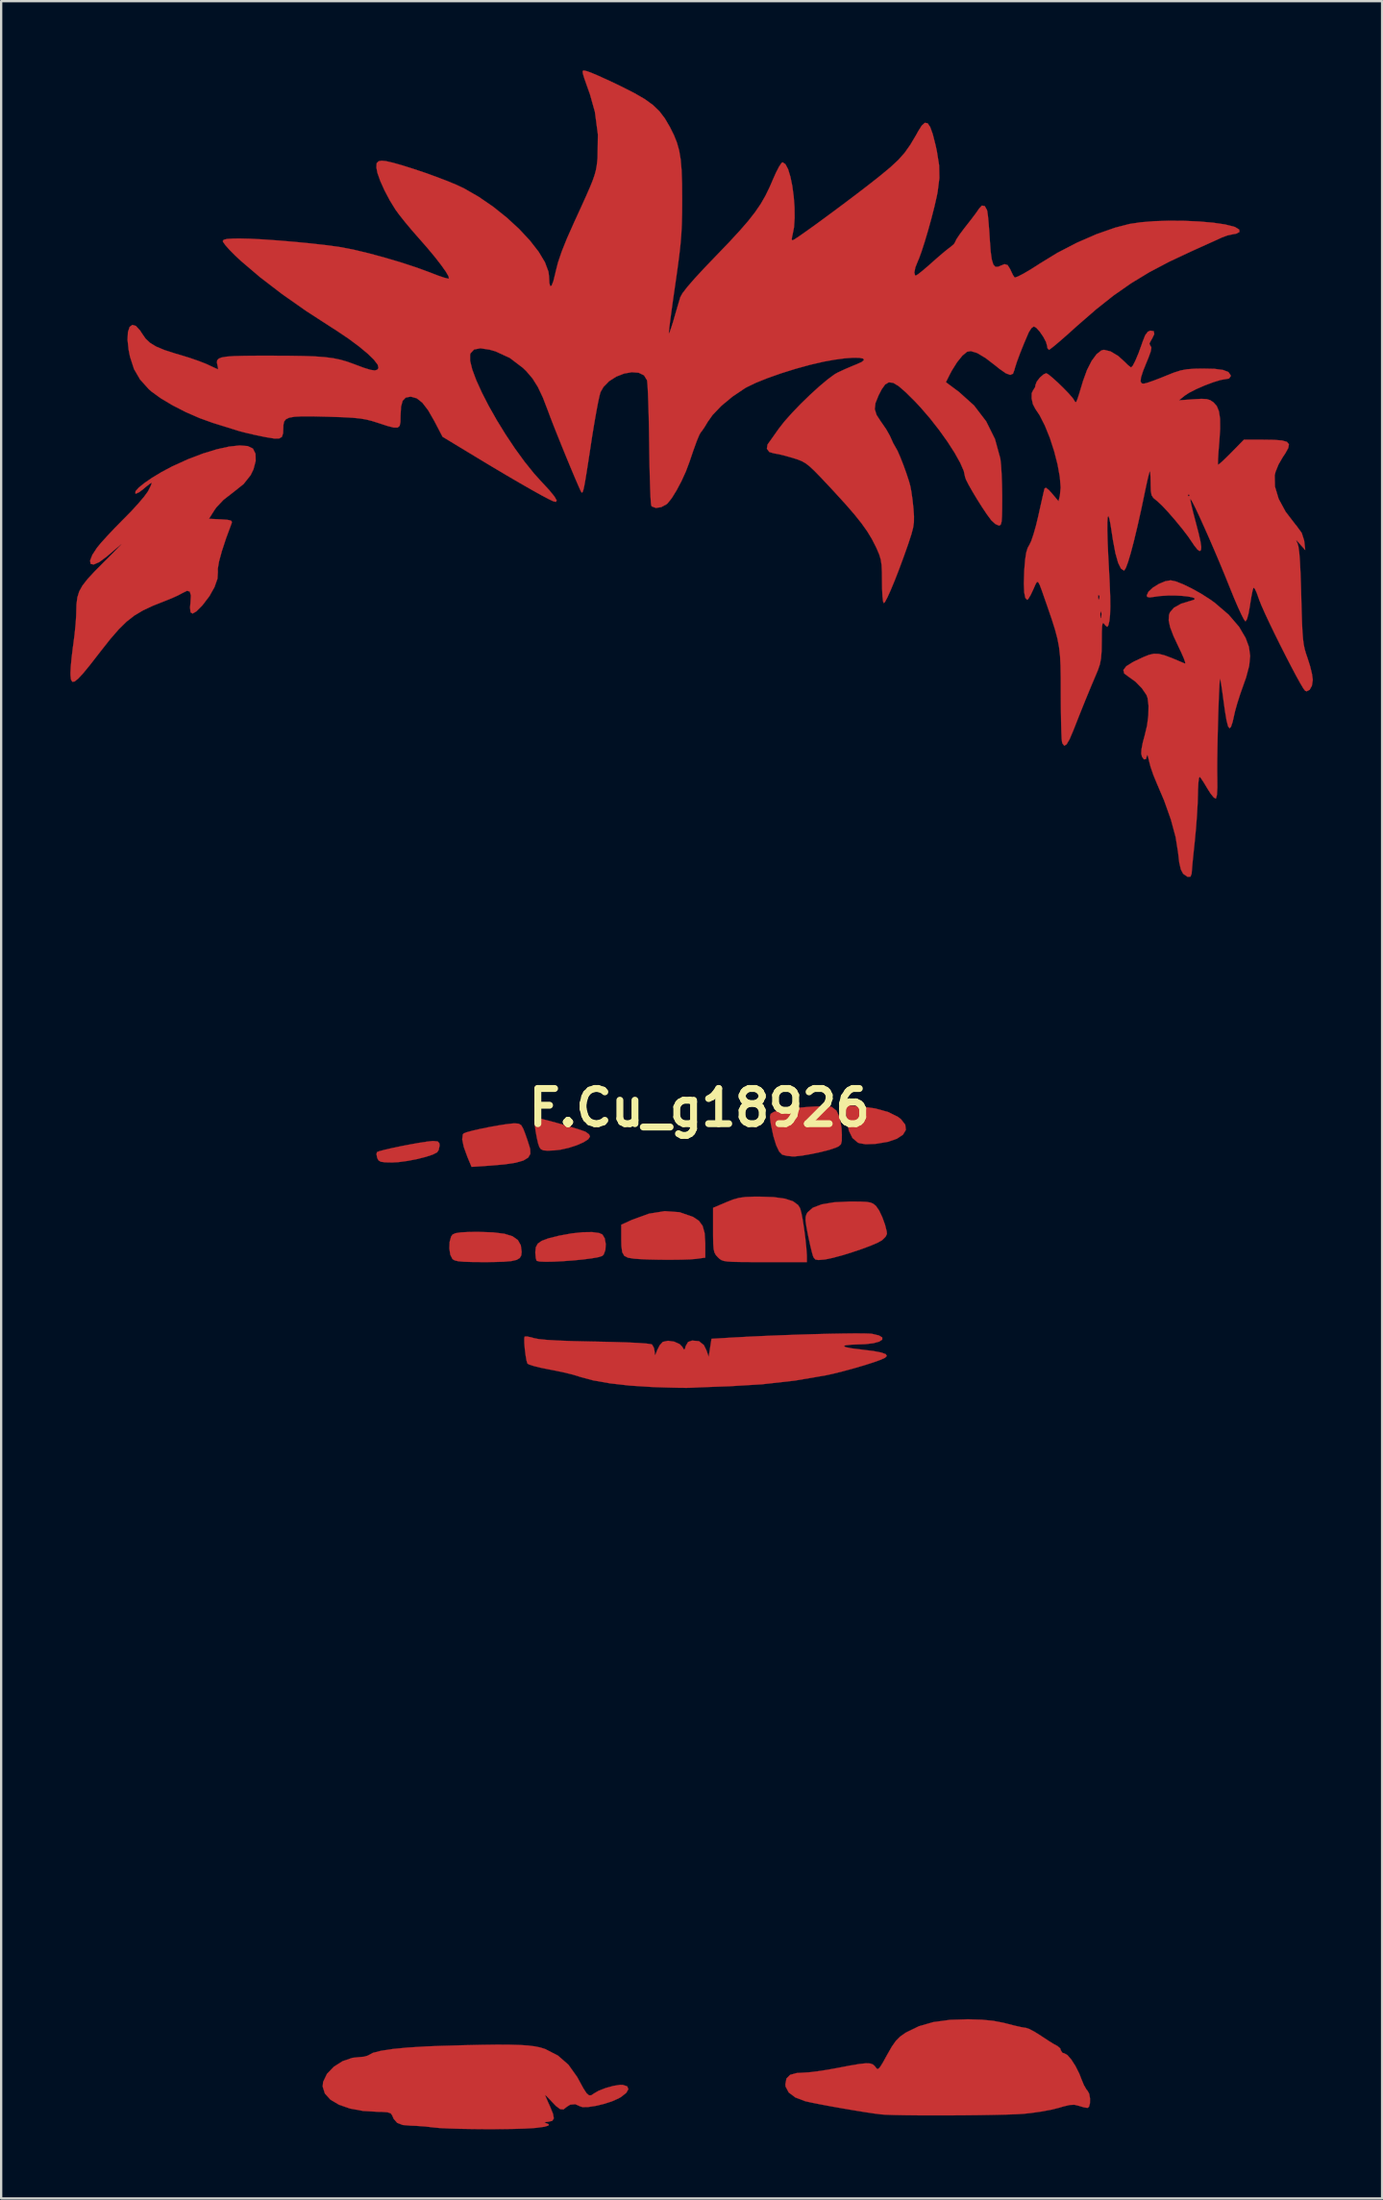
<source format=kicad_pcb>
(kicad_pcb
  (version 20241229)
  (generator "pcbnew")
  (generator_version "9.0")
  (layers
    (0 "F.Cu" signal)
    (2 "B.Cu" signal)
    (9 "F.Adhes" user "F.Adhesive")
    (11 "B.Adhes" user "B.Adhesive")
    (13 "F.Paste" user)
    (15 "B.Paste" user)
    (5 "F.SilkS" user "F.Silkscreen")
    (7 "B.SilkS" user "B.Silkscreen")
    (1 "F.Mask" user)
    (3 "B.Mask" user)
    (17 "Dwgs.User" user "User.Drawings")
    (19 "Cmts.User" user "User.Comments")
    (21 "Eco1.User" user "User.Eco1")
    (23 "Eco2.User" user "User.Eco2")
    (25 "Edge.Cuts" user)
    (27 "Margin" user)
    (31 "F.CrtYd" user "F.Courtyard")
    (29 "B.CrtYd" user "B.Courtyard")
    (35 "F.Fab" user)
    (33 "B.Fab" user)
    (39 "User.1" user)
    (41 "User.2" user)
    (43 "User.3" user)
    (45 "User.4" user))
  (footprint "F.Cu_g18926"
    (layer "F.Cu")
    (at 27.265 44.962)
    (property "Reference" "F.Cu_g18926" (at 0 0 0) (layer "F.SilkS") (effects (font (size 1.524 1.524) (thickness 0.3))))
    (attr through_hole)
    (fp_poly (pts (xy 6.951 -0.061) (xy 7.623 0.031) (xy 8.182 0.186) (xy 8.608 0.398) (xy 8.737 0.498) (xy 8.922 0.735) (xy 8.948 0.961) (xy 8.824 1.166) (xy 8.562 1.341) (xy 8.17 1.476) (xy 7.66 1.562) (xy 7.617 1.566) (xy 7.207 1.581) (xy 6.928 1.535) (xy 6.858 1.504) (xy 6.633 1.31) (xy 6.478 0.994) (xy 6.385 0.538) (xy 6.371 0.401) (xy 6.324 -0.111) (xy 6.951 -0.061)) (stroke (width 0.01) (type solid)) (fill yes) (layer "F.Cu"))
    (fp_poly (pts (xy -0.86 4.527) (xy -0.275 4.731) (xy -0.273 4.732) (xy -0.022 4.9) (xy 0.139 5.121) (xy 0.225 5.43) (xy 0.254 5.864) (xy 0.254 5.919) (xy 0.254 6.496) (xy -0.139 6.55) (xy -0.397 6.571) (xy -0.778 6.584) (xy -1.235 6.589) (xy -1.721 6.587) (xy -2.19 6.577) (xy -2.595 6.559) (xy -2.835 6.541) (xy -3.095 6.5) (xy -3.258 6.417) (xy -3.346 6.259) (xy -3.381 5.992) (xy -3.387 5.7) (xy -3.387 5.071) (xy -2.928 4.861) (xy -2.192 4.592) (xy -1.5 4.481) (xy -0.86 4.527)) (stroke (width 0.01) (type solid)) (fill yes) (layer "F.Cu"))
    (fp_poly (pts (xy -11.344 1.459) (xy -11.27 1.541) (xy -11.261 1.641) (xy -11.303 1.835) (xy -11.368 1.931) (xy -11.554 2.028) (xy -11.861 2.129) (xy -12.243 2.225) (xy -12.652 2.304) (xy -13.041 2.356) (xy -13.315 2.371) (xy -13.625 2.365) (xy -13.808 2.34) (xy -13.907 2.283) (xy -13.963 2.182) (xy -13.964 2.18) (xy -13.998 2.009) (xy -13.976 1.924) (xy -13.871 1.882) (xy -13.635 1.819) (xy -13.307 1.744) (xy -12.924 1.664) (xy -12.522 1.587) (xy -12.14 1.519) (xy -11.814 1.469) (xy -11.583 1.443) (xy -11.536 1.441) (xy -11.344 1.459)) (stroke (width 0.01) (type solid)) (fill yes) (layer "F.Cu"))
    (fp_poly (pts (xy -7.834 0.69) (xy -7.726 0.753) (xy -7.637 0.907) (xy -7.553 1.122) (xy -7.45 1.417) (xy -7.366 1.682) (xy -7.335 1.793) (xy -7.327 1.997) (xy -7.421 2.16) (xy -7.63 2.287) (xy -7.968 2.383) (xy -8.449 2.455) (xy -9.023 2.505) (xy -9.876 2.562) (xy -10.049 2.149) (xy -10.212 1.703) (xy -10.281 1.37) (xy -10.255 1.16) (xy -10.22 1.115) (xy -10.093 1.063) (xy -9.84 0.994) (xy -9.5 0.916) (xy -9.116 0.838) (xy -8.727 0.768) (xy -8.374 0.713) (xy -8.099 0.682) (xy -8.003 0.677) (xy -7.834 0.69)) (stroke (width 0.01) (type solid)) (fill yes) (layer "F.Cu"))
    (fp_poly (pts (xy -7.054 0.436) (xy -6.84 0.484) (xy -6.536 0.561) (xy -6.181 0.657) (xy -5.809 0.763) (xy -5.457 0.867) (xy -5.162 0.96) (xy -4.96 1.031) (xy -4.932 1.043) (xy -4.785 1.151) (xy -4.741 1.246) (xy -4.818 1.365) (xy -5.024 1.496) (xy -5.319 1.626) (xy -5.666 1.738) (xy -6.026 1.818) (xy -6.279 1.847) (xy -6.587 1.86) (xy -6.77 1.845) (xy -6.874 1.793) (xy -6.935 1.707) (xy -6.99 1.55) (xy -7.047 1.301) (xy -7.1 1.012) (xy -7.138 0.735) (xy -7.154 0.523) (xy -7.142 0.428) (xy -7.054 0.436)) (stroke (width 0.01) (type solid)) (fill yes) (layer "F.Cu"))
    (fp_poly (pts (xy -8.938 5.401) (xy -8.451 5.462) (xy -8.1 5.571) (xy -7.868 5.735) (xy -7.742 5.961) (xy -7.705 6.244) (xy -7.722 6.398) (xy -7.786 6.512) (xy -7.921 6.593) (xy -8.146 6.645) (xy -8.483 6.674) (xy -8.953 6.687) (xy -9.355 6.689) (xy -9.855 6.685) (xy -10.211 6.674) (xy -10.453 6.652) (xy -10.605 6.616) (xy -10.695 6.564) (xy -10.704 6.556) (xy -10.798 6.37) (xy -10.838 6.1) (xy -10.826 5.814) (xy -10.761 5.579) (xy -10.697 5.493) (xy -10.57 5.437) (xy -10.334 5.401) (xy -9.968 5.383) (xy -9.575 5.38) (xy -8.938 5.401)) (stroke (width 0.01) (type solid)) (fill yes) (layer "F.Cu"))
    (fp_poly (pts (xy -4.349 5.429) (xy -4.205 5.493) (xy -4.103 5.661) (xy -4.06 5.906) (xy -4.075 6.162) (xy -4.148 6.361) (xy -4.212 6.423) (xy -4.382 6.476) (xy -4.672 6.528) (xy -5.046 6.576) (xy -5.468 6.617) (xy -5.903 6.649) (xy -6.314 6.67) (xy -6.667 6.676) (xy -6.925 6.665) (xy -7.053 6.634) (xy -7.056 6.632) (xy -7.092 6.518) (xy -7.111 6.307) (xy -7.112 6.253) (xy -7.09 6.046) (xy -7.006 5.89) (xy -6.835 5.768) (xy -6.55 5.662) (xy -6.127 5.556) (xy -6.054 5.54) (xy -5.536 5.446) (xy -5.057 5.395) (xy -4.651 5.389) (xy -4.349 5.429)) (stroke (width 0.01) (type solid)) (fill yes) (layer "F.Cu"))
    (fp_poly (pts (xy 5.66 -0.052) (xy 5.732 -0.037) (xy 5.938 0.124) (xy 6.082 0.434) (xy 6.16 0.884) (xy 6.174 1.168) (xy 6.171 1.433) (xy 6.134 1.582) (xy 6.039 1.671) (xy 5.905 1.732) (xy 5.634 1.823) (xy 5.262 1.918) (xy 4.85 2.005) (xy 4.457 2.073) (xy 4.142 2.109) (xy 4.046 2.111) (xy 3.792 2.085) (xy 3.59 2.034) (xy 3.459 1.902) (xy 3.328 1.626) (xy 3.207 1.23) (xy 3.103 0.74) (xy 3.083 0.616) (xy 3.057 0.387) (xy 3.089 0.265) (xy 3.201 0.193) (xy 3.257 0.17) (xy 3.481 0.112) (xy 3.816 0.057) (xy 4.219 0.008) (xy 4.649 -0.031) (xy 5.06 -0.057) (xy 5.412 -0.065) (xy 5.66 -0.052)) (stroke (width 0.01) (type solid)) (fill yes) (layer "F.Cu"))
    (fp_poly (pts (xy 3.219 3.873) (xy 3.706 3.939) (xy 4.055 4.053) (xy 4.279 4.218) (xy 4.364 4.355) (xy 4.417 4.547) (xy 4.478 4.86) (xy 4.538 5.248) (xy 4.592 5.662) (xy 4.633 6.057) (xy 4.655 6.383) (xy 4.657 6.474) (xy 4.657 6.689) (xy 2.832 6.689) (xy 2.233 6.688) (xy 1.778 6.685) (xy 1.447 6.678) (xy 1.214 6.663) (xy 1.057 6.639) (xy 0.952 6.602) (xy 0.875 6.551) (xy 0.803 6.484) (xy 0.8 6.481) (xy 0.711 6.381) (xy 0.651 6.271) (xy 0.616 6.117) (xy 0.599 5.881) (xy 0.593 5.53) (xy 0.593 5.305) (xy 0.593 4.337) (xy 1.163 4.095) (xy 1.458 3.978) (xy 1.716 3.906) (xy 1.995 3.868) (xy 2.354 3.854) (xy 2.581 3.852) (xy 3.219 3.873)) (stroke (width 0.01) (type solid)) (fill yes) (layer "F.Cu"))
    (fp_poly (pts (xy 6.981 4.067) (xy 7.25 4.081) (xy 7.426 4.112) (xy 7.547 4.168) (xy 7.65 4.256) (xy 7.66 4.266) (xy 7.791 4.456) (xy 7.928 4.747) (xy 8.045 5.069) (xy 8.117 5.357) (xy 8.128 5.47) (xy 8.067 5.593) (xy 7.92 5.739) (xy 7.919 5.74) (xy 7.734 5.844) (xy 7.426 5.977) (xy 7.036 6.122) (xy 6.604 6.268) (xy 6.171 6.401) (xy 5.779 6.506) (xy 5.468 6.571) (xy 5.415 6.578) (xy 5.163 6.6) (xy 5.026 6.577) (xy 4.953 6.494) (xy 4.923 6.425) (xy 4.873 6.251) (xy 4.803 5.963) (xy 4.727 5.613) (xy 4.7 5.481) (xy 4.632 5.121) (xy 4.6 4.884) (xy 4.604 4.728) (xy 4.642 4.612) (xy 4.689 4.532) (xy 4.917 4.333) (xy 5.3 4.188) (xy 5.834 4.098) (xy 6.514 4.064) (xy 6.581 4.064) (xy 6.981 4.067)) (stroke (width 0.01) (type solid)) (fill yes) (layer "F.Cu"))
    (fp_poly (pts (xy 12.243 39.526) (xy 12.735 39.574) (xy 13.178 39.659) (xy 13.327 39.697) (xy 13.659 39.782) (xy 13.942 39.846) (xy 14.124 39.877) (xy 14.148 39.878) (xy 14.287 39.924) (xy 14.518 40.044) (xy 14.792 40.215) (xy 14.832 40.243) (xy 15.111 40.427) (xy 15.35 40.575) (xy 15.504 40.659) (xy 15.515 40.663) (xy 15.64 40.771) (xy 15.663 40.849) (xy 15.733 40.96) (xy 15.812 40.982) (xy 15.949 41.057) (xy 16.12 41.255) (xy 16.301 41.537) (xy 16.467 41.868) (xy 16.562 42.112) (xy 16.665 42.361) (xy 16.773 42.548) (xy 16.813 42.592) (xy 16.892 42.729) (xy 16.93 42.934) (xy 16.927 43.146) (xy 16.883 43.304) (xy 16.819 43.349) (xy 16.663 43.323) (xy 16.444 43.259) (xy 16.434 43.255) (xy 16.253 43.212) (xy 16.051 43.221) (xy 15.776 43.286) (xy 15.596 43.34) (xy 15.268 43.423) (xy 14.835 43.504) (xy 14.364 43.571) (xy 14.055 43.603) (xy 13.75 43.622) (xy 13.314 43.637) (xy 12.775 43.65) (xy 12.16 43.661) (xy 11.497 43.668) (xy 10.814 43.672) (xy 10.138 43.673) (xy 9.498 43.671) (xy 8.921 43.665) (xy 8.435 43.656) (xy 8.068 43.643) (xy 7.874 43.629) (xy 7.581 43.592) (xy 7.175 43.531) (xy 6.696 43.453) (xy 6.183 43.366) (xy 5.676 43.276) (xy 5.216 43.19) (xy 4.841 43.115) (xy 4.592 43.059) (xy 4.583 43.057) (xy 4.158 42.896) (xy 3.872 42.681) (xy 3.735 42.423) (xy 3.725 42.325) (xy 3.774 42.073) (xy 3.932 41.915) (xy 4.219 41.837) (xy 4.472 41.823) (xy 4.747 41.806) (xy 5.135 41.759) (xy 5.583 41.69) (xy 6.011 41.612) (xy 6.542 41.51) (xy 6.933 41.445) (xy 7.209 41.416) (xy 7.396 41.422) (xy 7.519 41.464) (xy 7.604 41.54) (xy 7.633 41.579) (xy 7.692 41.653) (xy 7.751 41.66) (xy 7.828 41.581) (xy 7.945 41.395) (xy 8.119 41.081) (xy 8.136 41.05) (xy 8.341 40.691) (xy 8.515 40.443) (xy 8.694 40.263) (xy 8.914 40.107) (xy 8.963 40.077) (xy 9.511 39.81) (xy 10.137 39.63) (xy 10.867 39.531) (xy 11.642 39.508) (xy 12.243 39.526)) (stroke (width 0.01) (type solid)) (fill yes) (layer "F.Cu"))
    (fp_poly (pts (xy -8.225 40.609) (xy -7.777 40.622) (xy -7.416 40.646) (xy -7.127 40.682) (xy -6.893 40.731) (xy -6.698 40.792) (xy -6.682 40.798) (xy -6.13 41.082) (xy -5.677 41.478) (xy -5.298 42.009) (xy -5.217 42.157) (xy -5.03 42.5) (xy -4.893 42.71) (xy -4.785 42.804) (xy -4.686 42.801) (xy -4.588 42.734) (xy -4.379 42.61) (xy -4.072 42.49) (xy -3.736 42.396) (xy -3.441 42.348) (xy -3.326 42.349) (xy -3.13 42.414) (xy -3.08 42.537) (xy -3.171 42.696) (xy -3.396 42.875) (xy -3.499 42.934) (xy -3.793 43.065) (xy -4.14 43.176) (xy -4.497 43.261) (xy -4.821 43.31) (xy -5.068 43.314) (xy -5.189 43.274) (xy -5.378 43.188) (xy -5.603 43.208) (xy -5.757 43.307) (xy -5.889 43.413) (xy -6.034 43.402) (xy -6.221 43.263) (xy -6.382 43.095) (xy -6.551 42.914) (xy -6.662 42.805) (xy -6.689 42.789) (xy -6.656 42.876) (xy -6.572 43.073) (xy -6.471 43.296) (xy -6.344 43.609) (xy -6.311 43.805) (xy -6.38 43.91) (xy -6.552 43.95) (xy -6.588 43.952) (xy -6.715 43.968) (xy -6.679 43.997) (xy -6.668 44) (xy -6.527 44.059) (xy -6.549 44.115) (xy -6.727 44.167) (xy -7.055 44.211) (xy -7.218 44.225) (xy -7.587 44.246) (xy -8.064 44.259) (xy -8.613 44.267) (xy -9.202 44.269) (xy -9.795 44.264) (xy -10.359 44.255) (xy -10.86 44.24) (xy -11.263 44.22) (xy -11.535 44.195) (xy -11.557 44.192) (xy -11.892 44.153) (xy -12.283 44.126) (xy -12.496 44.119) (xy -12.86 44.089) (xy -13.099 43.997) (xy -13.252 43.822) (xy -13.319 43.667) (xy -13.381 43.583) (xy -13.518 43.538) (xy -13.769 43.52) (xy -13.913 43.519) (xy -14.572 43.481) (xy -15.148 43.375) (xy -15.627 43.208) (xy -15.994 42.989) (xy -16.233 42.725) (xy -16.329 42.425) (xy -16.31 42.222) (xy -16.143 41.874) (xy -15.848 41.566) (xy -15.468 41.324) (xy -15.043 41.179) (xy -14.77 41.15) (xy -14.532 41.129) (xy -14.365 41.079) (xy -14.341 41.062) (xy -14.152 40.962) (xy -13.802 40.873) (xy -13.299 40.796) (xy -12.651 40.733) (xy -11.866 40.685) (xy -11.218 40.66) (xy -10.257 40.633) (xy -9.448 40.615) (xy -8.776 40.606) (xy -8.225 40.609)) (stroke (width 0.01) (type solid)) (fill yes) (layer "F.Cu"))
    (fp_poly (pts (xy 7.132 9.782) (xy 7.403 9.791) (xy 7.486 9.799) (xy 7.784 9.87) (xy 7.926 9.957) (xy 7.925 10.049) (xy 7.792 10.136) (xy 7.539 10.205) (xy 7.177 10.247) (xy 7.001 10.253) (xy 6.584 10.268) (xy 6.336 10.295) (xy 6.256 10.333) (xy 6.344 10.377) (xy 6.599 10.427) (xy 7.022 10.479) (xy 7.023 10.48) (xy 7.535 10.543) (xy 7.884 10.609) (xy 8.078 10.68) (xy 8.122 10.759) (xy 8.043 10.838) (xy 7.861 10.921) (xy 7.551 11.032) (xy 7.151 11.16) (xy 6.698 11.293) (xy 6.228 11.42) (xy 5.779 11.532) (xy 5.472 11.599) (xy 4.136 11.826) (xy 2.711 11.986) (xy 1.312 12.07) (xy 0.83 12.087) (xy 0.377 12.104) (xy -0.007 12.119) (xy -0.278 12.132) (xy -0.339 12.135) (xy -0.556 12.14) (xy -0.903 12.137) (xy -1.339 12.127) (xy -1.824 12.112) (xy -2.074 12.102) (xy -3.023 12.042) (xy -3.874 11.945) (xy -4.604 11.817) (xy -5.193 11.658) (xy -5.264 11.633) (xy -5.506 11.561) (xy -5.859 11.475) (xy -6.267 11.389) (xy -6.512 11.342) (xy -6.881 11.268) (xy -7.186 11.192) (xy -7.39 11.125) (xy -7.453 11.087) (xy -7.495 10.953) (xy -7.535 10.721) (xy -7.569 10.445) (xy -7.589 10.182) (xy -7.59 9.987) (xy -7.575 9.918) (xy -7.474 9.913) (xy -7.273 9.955) (xy -7.173 9.985) (xy -6.964 10.026) (xy -6.616 10.061) (xy -6.121 10.09) (xy -5.473 10.114) (xy -4.665 10.133) (xy -4.487 10.136) (xy -3.771 10.151) (xy -3.16 10.17) (xy -2.669 10.193) (xy -2.312 10.218) (xy -2.102 10.246) (xy -2.053 10.262) (xy -1.97 10.408) (xy -1.941 10.573) (xy -1.932 10.707) (xy -1.906 10.702) (xy -1.845 10.548) (xy -1.832 10.512) (xy -1.723 10.297) (xy -1.595 10.155) (xy -1.585 10.148) (xy -1.362 10.1) (xy -1.094 10.138) (xy -0.858 10.244) (xy -0.744 10.36) (xy -0.669 10.483) (xy -0.628 10.457) (xy -0.595 10.329) (xy -0.49 10.151) (xy -0.316 10.091) (xy -0.02 10.117) (xy 0.191 10.284) (xy 0.304 10.512) (xy 0.402 10.795) (xy 0.463 10.404) (xy 0.524 10.014) (xy 1.426 9.96) (xy 2.075 9.925) (xy 2.773 9.892) (xy 3.499 9.862) (xy 4.228 9.836) (xy 4.939 9.814) (xy 5.607 9.797) (xy 6.211 9.786) (xy 6.727 9.78) (xy 7.132 9.782)) (stroke (width 0.01) (type solid)) (fill yes) (layer "F.Cu"))
    (fp_poly (pts (xy -19.578 -28.678) (xy -19.356 -28.572) (xy -19.352 -28.569) (xy -19.24 -28.345) (xy -19.233 -28.032) (xy -19.328 -27.673) (xy -19.453 -27.416) (xy -19.757 -27.033) (xy -20.214 -26.669) (xy -20.225 -26.661) (xy -20.628 -26.349) (xy -20.939 -26.018) (xy -21.012 -25.915) (xy -21.258 -25.527) (xy -20.739 -25.502) (xy -20.455 -25.482) (xy -20.306 -25.449) (xy -20.263 -25.392) (xy -20.276 -25.332) (xy -20.517 -24.68) (xy -20.7 -24.123) (xy -20.821 -23.677) (xy -20.875 -23.358) (xy -20.872 -23.223) (xy -20.889 -22.932) (xy -21.016 -22.57) (xy -21.236 -22.177) (xy -21.531 -21.79) (xy -21.56 -21.756) (xy -21.803 -21.514) (xy -21.967 -21.419) (xy -22.056 -21.474) (xy -22.078 -21.678) (xy -22.06 -21.878) (xy -22.041 -22.201) (xy -22.088 -22.373) (xy -22.209 -22.406) (xy -22.405 -22.311) (xy -22.596 -22.208) (xy -22.881 -22.079) (xy -23.167 -21.964) (xy -23.69 -21.757) (xy -24.121 -21.554) (xy -24.492 -21.333) (xy -24.83 -21.069) (xy -25.167 -20.738) (xy -25.533 -20.317) (xy -25.956 -19.782) (xy -26.031 -19.685) (xy -26.414 -19.192) (xy -26.71 -18.831) (xy -26.93 -18.594) (xy -27.084 -18.474) (xy -27.183 -18.464) (xy -27.238 -18.558) (xy -27.259 -18.747) (xy -27.26 -18.86) (xy -27.246 -19.123) (xy -27.212 -19.492) (xy -27.163 -19.905) (xy -27.135 -20.108) (xy -27.08 -20.539) (xy -27.037 -20.972) (xy -27.013 -21.339) (xy -27.01 -21.463) (xy -27 -21.823) (xy -26.963 -22.117) (xy -26.882 -22.377) (xy -26.741 -22.631) (xy -26.523 -22.911) (xy -26.211 -23.248) (xy -25.84 -23.622) (xy -25.529 -23.931) (xy -25.284 -24.18) (xy -25.118 -24.352) (xy -25.046 -24.432) (xy -25.066 -24.421) (xy -25.243 -24.271) (xy -25.488 -24.062) (xy -25.687 -23.892) (xy -26.013 -23.65) (xy -26.25 -23.546) (xy -26.386 -23.571) (xy -26.41 -23.714) (xy -26.312 -23.964) (xy -26.11 -24.272) (xy -25.934 -24.486) (xy -25.668 -24.78) (xy -25.348 -25.12) (xy -25.006 -25.468) (xy -24.946 -25.527) (xy -24.615 -25.865) (xy -24.313 -26.196) (xy -24.069 -26.485) (xy -23.912 -26.699) (xy -23.892 -26.733) (xy -23.787 -26.941) (xy -23.737 -27.071) (xy -23.741 -27.093) (xy -23.825 -27.042) (xy -23.989 -26.913) (xy -24.088 -26.828) (xy -24.275 -26.685) (xy -24.413 -26.619) (xy -24.45 -26.625) (xy -24.439 -26.722) (xy -24.299 -26.879) (xy -24.053 -27.078) (xy -23.723 -27.305) (xy -23.332 -27.541) (xy -22.902 -27.771) (xy -22.829 -27.808) (xy -22.162 -28.11) (xy -21.518 -28.355) (xy -20.917 -28.539) (xy -20.379 -28.657) (xy -19.926 -28.705) (xy -19.578 -28.678)) (stroke (width 0.01) (type solid)) (fill yes) (layer "F.Cu"))
    (fp_poly (pts (xy 20.644 -22.814) (xy 20.962 -22.689) (xy 21.341 -22.505) (xy 21.742 -22.282) (xy 22.125 -22.038) (xy 22.33 -21.892) (xy 22.936 -21.373) (xy 23.389 -20.846) (xy 23.674 -20.362) (xy 23.817 -19.976) (xy 23.87 -19.587) (xy 23.829 -19.157) (xy 23.694 -18.648) (xy 23.579 -18.324) (xy 23.438 -17.925) (xy 23.311 -17.527) (xy 23.218 -17.195) (xy 23.193 -17.085) (xy 23.112 -16.724) (xy 23.04 -16.51) (xy 22.975 -16.447) (xy 22.912 -16.539) (xy 22.848 -16.79) (xy 22.778 -17.203) (xy 22.727 -17.571) (xy 22.674 -17.964) (xy 22.627 -18.289) (xy 22.59 -18.515) (xy 22.57 -18.606) (xy 22.57 -18.606) (xy 22.556 -18.539) (xy 22.54 -18.329) (xy 22.523 -18.002) (xy 22.506 -17.585) (xy 22.489 -17.105) (xy 22.474 -16.587) (xy 22.461 -16.058) (xy 22.451 -15.544) (xy 22.444 -15.072) (xy 22.442 -14.669) (xy 22.445 -14.359) (xy 22.446 -14.349) (xy 22.449 -13.876) (xy 22.431 -13.563) (xy 22.392 -13.412) (xy 22.377 -13.4) (xy 22.291 -13.451) (xy 22.157 -13.616) (xy 22.017 -13.837) (xy 21.867 -14.087) (xy 21.745 -14.272) (xy 21.681 -14.347) (xy 21.652 -14.287) (xy 21.627 -14.092) (xy 21.611 -13.795) (xy 21.606 -13.566) (xy 21.593 -13.159) (xy 21.563 -12.647) (xy 21.521 -12.094) (xy 21.471 -11.563) (xy 21.467 -11.527) (xy 21.42 -11.079) (xy 21.38 -10.683) (xy 21.352 -10.372) (xy 21.337 -10.182) (xy 21.336 -10.151) (xy 21.285 -10.017) (xy 21.157 -10.009) (xy 20.987 -10.126) (xy 20.96 -10.154) (xy 20.868 -10.327) (xy 20.798 -10.629) (xy 20.747 -11.065) (xy 20.642 -11.726) (xy 20.437 -12.487) (xy 20.142 -13.318) (xy 19.823 -14.066) (xy 19.678 -14.418) (xy 19.555 -14.777) (xy 19.486 -15.04) (xy 19.442 -15.233) (xy 19.409 -15.299) (xy 19.398 -15.254) (xy 19.354 -15.111) (xy 19.269 -15.1) (xy 19.186 -15.207) (xy 19.151 -15.347) (xy 19.162 -15.54) (xy 19.217 -15.828) (xy 19.299 -16.132) (xy 19.402 -16.563) (xy 19.459 -17.01) (xy 19.467 -17.425) (xy 19.426 -17.758) (xy 19.378 -17.891) (xy 19.176 -18.185) (xy 18.897 -18.47) (xy 18.612 -18.675) (xy 18.605 -18.679) (xy 18.412 -18.823) (xy 18.376 -18.973) (xy 18.503 -19.137) (xy 18.793 -19.318) (xy 18.916 -19.379) (xy 19.238 -19.53) (xy 19.486 -19.63) (xy 19.699 -19.678) (xy 19.913 -19.672) (xy 20.164 -19.608) (xy 20.49 -19.486) (xy 20.927 -19.302) (xy 21.052 -19.249) (xy 21.058 -19.301) (xy 20.998 -19.473) (xy 20.883 -19.737) (xy 20.778 -19.955) (xy 20.546 -20.451) (xy 20.402 -20.832) (xy 20.34 -21.126) (xy 20.354 -21.356) (xy 20.393 -21.47) (xy 20.567 -21.672) (xy 20.877 -21.845) (xy 21.29 -21.972) (xy 21.292 -21.972) (xy 21.454 -22.024) (xy 21.472 -22.075) (xy 21.371 -22.12) (xy 21.176 -22.159) (xy 20.914 -22.187) (xy 20.609 -22.202) (xy 20.287 -22.2) (xy 19.972 -22.18) (xy 19.748 -22.149) (xy 19.517 -22.118) (xy 19.41 -22.142) (xy 19.389 -22.204) (xy 19.462 -22.364) (xy 19.651 -22.54) (xy 19.908 -22.701) (xy 20.185 -22.818) (xy 20.424 -22.86) (xy 20.644 -22.814)) (stroke (width 0.01) (type solid)) (fill yes) (layer "F.Cu"))
    (fp_poly (pts (xy 19.693 -33.658) (xy 19.716 -33.532) (xy 19.612 -33.318) (xy 19.589 -33.284) (xy 19.504 -33.123) (xy 19.539 -33.033) (xy 19.554 -33.023) (xy 19.59 -32.943) (xy 19.559 -32.772) (xy 19.454 -32.485) (xy 19.402 -32.361) (xy 19.232 -31.941) (xy 19.139 -31.652) (xy 19.121 -31.476) (xy 19.174 -31.394) (xy 19.262 -31.383) (xy 19.411 -31.42) (xy 19.672 -31.51) (xy 20 -31.635) (xy 20.191 -31.713) (xy 20.566 -31.863) (xy 20.86 -31.957) (xy 21.138 -32.008) (xy 21.468 -32.031) (xy 21.8 -32.037) (xy 22.325 -32.026) (xy 22.696 -31.977) (xy 22.925 -31.889) (xy 23.023 -31.756) (xy 23.029 -31.705) (xy 22.955 -31.606) (xy 22.815 -31.581) (xy 22.593 -31.544) (xy 22.273 -31.446) (xy 21.905 -31.308) (xy 21.541 -31.15) (xy 21.231 -30.992) (xy 21.04 -30.868) (xy 20.786 -30.662) (xy 21.421 -30.707) (xy 21.761 -30.726) (xy 21.983 -30.715) (xy 22.138 -30.669) (xy 22.275 -30.578) (xy 22.279 -30.576) (xy 22.424 -30.414) (xy 22.518 -30.185) (xy 22.566 -29.865) (xy 22.57 -29.43) (xy 22.533 -28.856) (xy 22.527 -28.788) (xy 22.497 -28.42) (xy 22.479 -28.121) (xy 22.473 -27.926) (xy 22.478 -27.87) (xy 22.546 -27.913) (xy 22.704 -28.053) (xy 22.923 -28.265) (xy 23.055 -28.398) (xy 23.602 -28.956) (xy 24.395 -28.955) (xy 24.903 -28.948) (xy 25.255 -28.921) (xy 25.466 -28.861) (xy 25.551 -28.757) (xy 25.523 -28.596) (xy 25.396 -28.366) (xy 25.278 -28.189) (xy 25.099 -27.878) (xy 24.97 -27.559) (xy 24.935 -27.408) (xy 24.946 -26.922) (xy 25.106 -26.391) (xy 25.407 -25.834) (xy 25.84 -25.27) (xy 25.876 -25.23) (xy 26.106 -24.914) (xy 26.21 -24.59) (xy 26.218 -24.535) (xy 26.258 -24.172) (xy 26.033 -24.426) (xy 25.899 -24.573) (xy 25.861 -24.594) (xy 25.906 -24.496) (xy 25.921 -24.469) (xy 25.962 -24.33) (xy 25.998 -24.075) (xy 26.028 -23.69) (xy 26.054 -23.165) (xy 26.077 -22.487) (xy 26.085 -22.183) (xy 26.102 -21.529) (xy 26.119 -21.018) (xy 26.138 -20.624) (xy 26.162 -20.321) (xy 26.193 -20.081) (xy 26.235 -19.879) (xy 26.29 -19.688) (xy 26.36 -19.483) (xy 26.361 -19.48) (xy 26.471 -19.132) (xy 26.551 -18.801) (xy 26.585 -18.555) (xy 26.585 -18.538) (xy 26.547 -18.29) (xy 26.45 -18.115) (xy 26.322 -18.05) (xy 26.256 -18.071) (xy 26.18 -18.169) (xy 26.045 -18.395) (xy 25.863 -18.724) (xy 25.647 -19.131) (xy 25.411 -19.589) (xy 25.166 -20.074) (xy 24.925 -20.56) (xy 24.702 -21.022) (xy 24.509 -21.435) (xy 24.359 -21.774) (xy 24.264 -22.012) (xy 24.253 -22.045) (xy 24.157 -22.314) (xy 24.074 -22.491) (xy 24.018 -22.543) (xy 24.013 -22.538) (xy 23.976 -22.417) (xy 23.927 -22.174) (xy 23.875 -21.857) (xy 23.862 -21.765) (xy 23.801 -21.421) (xy 23.736 -21.184) (xy 23.674 -21.084) (xy 23.667 -21.082) (xy 23.606 -21.157) (xy 23.497 -21.366) (xy 23.35 -21.683) (xy 23.177 -22.085) (xy 22.991 -22.543) (xy 22.785 -23.055) (xy 22.56 -23.597) (xy 22.328 -24.145) (xy 22.097 -24.679) (xy 21.876 -25.177) (xy 21.677 -25.617) (xy 21.508 -25.977) (xy 21.378 -26.236) (xy 21.298 -26.372) (xy 21.279 -26.387) (xy 21.287 -26.297) (xy 21.333 -26.078) (xy 21.41 -25.763) (xy 21.503 -25.41) (xy 21.634 -24.908) (xy 21.716 -24.547) (xy 21.751 -24.311) (xy 21.741 -24.178) (xy 21.688 -24.131) (xy 21.676 -24.13) (xy 21.586 -24.196) (xy 21.451 -24.365) (xy 21.367 -24.49) (xy 21.171 -24.775) (xy 20.909 -25.116) (xy 20.613 -25.476) (xy 20.315 -25.818) (xy 20.047 -26.104) (xy 19.84 -26.296) (xy 19.813 -26.318) (xy 19.675 -26.432) (xy 19.605 -26.543) (xy 21.167 -26.543) (xy 21.209 -26.501) (xy 21.251 -26.543) (xy 21.209 -26.585) (xy 21.167 -26.543) (xy 19.605 -26.543) (xy 19.599 -26.553) (xy 19.566 -26.732) (xy 19.558 -27.022) (xy 19.558 -27.068) (xy 19.553 -27.344) (xy 19.54 -27.533) (xy 19.522 -27.593) (xy 19.521 -27.593) (xy 19.49 -27.499) (xy 19.435 -27.277) (xy 19.365 -26.962) (xy 19.312 -26.711) (xy 19.144 -25.909) (xy 18.982 -25.188) (xy 18.832 -24.562) (xy 18.696 -24.045) (xy 18.578 -23.651) (xy 18.482 -23.393) (xy 18.411 -23.286) (xy 18.402 -23.283) (xy 18.272 -23.368) (xy 18.148 -23.62) (xy 18.031 -24.037) (xy 17.921 -24.62) (xy 17.881 -24.884) (xy 17.816 -25.302) (xy 17.763 -25.556) (xy 17.722 -25.65) (xy 17.694 -25.59) (xy 17.68 -25.379) (xy 17.679 -25.022) (xy 17.693 -24.524) (xy 17.721 -23.891) (xy 17.743 -23.491) (xy 17.781 -22.757) (xy 17.804 -22.171) (xy 17.809 -21.713) (xy 17.798 -21.364) (xy 17.77 -21.104) (xy 17.725 -20.913) (xy 17.677 -20.841) (xy 17.596 -20.905) (xy 17.562 -20.95) (xy 17.508 -21.007) (xy 17.473 -20.987) (xy 17.452 -20.866) (xy 17.442 -20.623) (xy 17.439 -20.234) (xy 17.439 -20.23) (xy 17.432 -19.797) (xy 17.408 -19.48) (xy 17.359 -19.223) (xy 17.274 -18.974) (xy 17.218 -18.838) (xy 16.986 -18.29) (xy 16.719 -17.643) (xy 16.444 -16.957) (xy 16.204 -16.347) (xy 16.043 -15.969) (xy 15.915 -15.752) (xy 15.815 -15.691) (xy 15.739 -15.783) (xy 15.718 -15.85) (xy 15.702 -15.989) (xy 15.689 -16.27) (xy 15.678 -16.666) (xy 15.67 -17.15) (xy 15.665 -17.694) (xy 15.664 -17.96) (xy 15.663 -18.619) (xy 15.653 -19.148) (xy 15.631 -19.584) (xy 15.588 -19.966) (xy 15.518 -20.332) (xy 15.415 -20.722) (xy 15.273 -21.172) (xy 15.202 -21.378) (xy 17.373 -21.378) (xy 17.382 -21.234) (xy 17.409 -21.221) (xy 17.412 -21.229) (xy 17.429 -21.397) (xy 17.415 -21.483) (xy 17.388 -21.517) (xy 17.374 -21.405) (xy 17.373 -21.378) (xy 15.202 -21.378) (xy 15.084 -21.723) (xy 14.983 -22.013) (xy 14.936 -22.147) (xy 17.279 -22.147) (xy 17.294 -22.038) (xy 17.323 -22.036) (xy 17.343 -22.15) (xy 17.33 -22.199) (xy 17.292 -22.231) (xy 17.279 -22.147) (xy 14.936 -22.147) (xy 14.845 -22.409) (xy 14.75 -22.661) (xy 14.684 -22.782) (xy 14.628 -22.787) (xy 14.569 -22.689) (xy 14.488 -22.503) (xy 14.468 -22.458) (xy 14.353 -22.217) (xy 14.255 -22.056) (xy 14.209 -22.013) (xy 14.128 -22.095) (xy 14.078 -22.335) (xy 14.062 -22.726) (xy 14.079 -23.258) (xy 14.082 -23.313) (xy 14.118 -23.755) (xy 14.165 -24.063) (xy 14.231 -24.273) (xy 14.297 -24.387) (xy 14.379 -24.554) (xy 14.479 -24.848) (xy 14.587 -25.228) (xy 14.69 -25.653) (xy 14.691 -25.66) (xy 14.782 -26.07) (xy 14.862 -26.426) (xy 14.923 -26.692) (xy 14.957 -26.832) (xy 14.959 -26.838) (xy 15.018 -26.873) (xy 15.144 -26.777) (xy 15.28 -26.626) (xy 15.564 -26.289) (xy 15.624 -26.529) (xy 15.658 -26.883) (xy 15.621 -27.347) (xy 15.523 -27.885) (xy 15.376 -28.458) (xy 15.19 -29.03) (xy 14.976 -29.562) (xy 14.744 -30.017) (xy 14.561 -30.29) (xy 14.454 -30.497) (xy 14.4 -30.745) (xy 14.404 -30.971) (xy 14.471 -31.111) (xy 14.478 -31.115) (xy 14.551 -31.235) (xy 14.563 -31.317) (xy 14.622 -31.472) (xy 14.761 -31.651) (xy 14.925 -31.791) (xy 15.035 -31.835) (xy 15.134 -31.778) (xy 15.314 -31.63) (xy 15.541 -31.424) (xy 15.781 -31.191) (xy 16 -30.965) (xy 16.164 -30.779) (xy 16.226 -30.692) (xy 16.27 -30.615) (xy 16.303 -30.578) (xy 16.338 -30.604) (xy 16.385 -30.714) (xy 16.456 -30.932) (xy 16.561 -31.278) (xy 16.626 -31.496) (xy 16.799 -31.973) (xy 17.001 -32.37) (xy 17.215 -32.662) (xy 17.425 -32.825) (xy 17.536 -32.851) (xy 17.824 -32.78) (xy 18.148 -32.586) (xy 18.41 -32.35) (xy 18.575 -32.189) (xy 18.692 -32.097) (xy 18.714 -32.089) (xy 18.786 -32.165) (xy 18.894 -32.375) (xy 19.027 -32.69) (xy 19.17 -33.083) (xy 19.206 -33.189) (xy 19.32 -33.478) (xy 19.432 -33.632) (xy 19.544 -33.682) (xy 19.693 -33.658)) (stroke (width 0.01) (type solid)) (fill yes) (layer "F.Cu"))
    (fp_poly (pts (xy -4.948 -44.945) (xy -4.86 -44.922) (xy -4.7 -44.864) (xy -4.421 -44.746) (xy -4.057 -44.582) (xy -3.639 -44.387) (xy -3.416 -44.279) (xy -2.826 -43.981) (xy -2.367 -43.715) (xy -2.012 -43.458) (xy -1.73 -43.186) (xy -1.495 -42.875) (xy -1.279 -42.506) (xy -1.106 -42.159) (xy -0.974 -41.83) (xy -0.878 -41.488) (xy -0.813 -41.102) (xy -0.773 -40.64) (xy -0.753 -40.071) (xy -0.748 -39.37) (xy -0.751 -38.803) (xy -0.762 -38.316) (xy -0.784 -37.869) (xy -0.821 -37.421) (xy -0.876 -36.929) (xy -0.952 -36.353) (xy -1.052 -35.652) (xy -1.135 -35.082) (xy -1.206 -34.569) (xy -1.264 -34.138) (xy -1.305 -33.81) (xy -1.325 -33.609) (xy -1.326 -33.556) (xy -1.29 -33.616) (xy -1.223 -33.804) (xy -1.136 -34.082) (xy -1.107 -34.183) (xy -1.004 -34.538) (xy -0.907 -34.867) (xy -0.835 -35.108) (xy -0.829 -35.13) (xy -0.735 -35.3) (xy -0.528 -35.569) (xy -0.205 -35.942) (xy 0.239 -36.421) (xy 0.718 -36.92) (xy 1.285 -37.51) (xy 1.744 -38.007) (xy 2.115 -38.434) (xy 2.412 -38.814) (xy 2.655 -39.169) (xy 2.859 -39.523) (xy 3.042 -39.898) (xy 3.178 -40.213) (xy 3.323 -40.539) (xy 3.457 -40.796) (xy 3.561 -40.95) (xy 3.601 -40.979) (xy 3.726 -40.899) (xy 3.842 -40.681) (xy 3.943 -40.354) (xy 4.026 -39.949) (xy 4.087 -39.496) (xy 4.122 -39.026) (xy 4.127 -38.568) (xy 4.099 -38.154) (xy 4.032 -37.814) (xy 4.022 -37.782) (xy 4 -37.638) (xy 4.033 -37.592) (xy 4.126 -37.642) (xy 4.333 -37.779) (xy 4.634 -37.99) (xy 5.009 -38.258) (xy 5.436 -38.571) (xy 5.897 -38.911) (xy 6.37 -39.265) (xy 6.836 -39.617) (xy 7.274 -39.953) (xy 7.664 -40.258) (xy 7.835 -40.395) (xy 8.282 -40.765) (xy 8.624 -41.084) (xy 8.899 -41.394) (xy 9.142 -41.738) (xy 9.392 -42.158) (xy 9.483 -42.324) (xy 9.637 -42.57) (xy 9.77 -42.688) (xy 9.889 -42.671) (xy 10.001 -42.511) (xy 10.113 -42.201) (xy 10.232 -41.734) (xy 10.292 -41.46) (xy 10.389 -40.851) (xy 10.4 -40.29) (xy 10.325 -39.693) (xy 10.286 -39.497) (xy 10.183 -39.046) (xy 10.054 -38.542) (xy 9.911 -38.027) (xy 9.766 -37.539) (xy 9.63 -37.118) (xy 9.516 -36.804) (xy 9.474 -36.708) (xy 9.36 -36.424) (xy 9.316 -36.203) (xy 9.345 -36.081) (xy 9.382 -36.068) (xy 9.471 -36.121) (xy 9.654 -36.265) (xy 9.899 -36.473) (xy 10.062 -36.618) (xy 10.352 -36.873) (xy 10.617 -37.099) (xy 10.818 -37.259) (xy 10.882 -37.305) (xy 11.033 -37.433) (xy 11.092 -37.538) (xy 11.142 -37.644) (xy 11.276 -37.844) (xy 11.469 -38.103) (xy 11.566 -38.227) (xy 11.788 -38.511) (xy 11.974 -38.758) (xy 12.095 -38.93) (xy 12.118 -38.968) (xy 12.244 -39.102) (xy 12.369 -39.079) (xy 12.464 -38.909) (xy 12.478 -38.85) (xy 12.505 -38.657) (xy 12.535 -38.343) (xy 12.565 -37.954) (xy 12.586 -37.621) (xy 12.623 -37.116) (xy 12.672 -36.764) (xy 12.739 -36.547) (xy 12.83 -36.448) (xy 12.953 -36.451) (xy 13.019 -36.481) (xy 13.224 -36.563) (xy 13.358 -36.525) (xy 13.47 -36.346) (xy 13.499 -36.28) (xy 13.591 -36.089) (xy 13.663 -35.988) (xy 13.674 -35.983) (xy 13.805 -36.028) (xy 14.041 -36.149) (xy 14.344 -36.326) (xy 14.68 -36.539) (xy 14.732 -36.574) (xy 15.516 -37.054) (xy 16.356 -37.489) (xy 17.208 -37.861) (xy 18.026 -38.147) (xy 18.644 -38.306) (xy 19.133 -38.379) (xy 19.717 -38.426) (xy 20.359 -38.446) (xy 21.022 -38.441) (xy 21.671 -38.412) (xy 22.268 -38.36) (xy 22.777 -38.286) (xy 23.162 -38.191) (xy 23.223 -38.169) (xy 23.396 -38.062) (xy 23.407 -37.958) (xy 23.262 -37.882) (xy 23.15 -37.864) (xy 22.888 -37.808) (xy 22.648 -37.72) (xy 22.477 -37.641) (xy 22.189 -37.511) (xy 21.822 -37.345) (xy 21.413 -37.161) (xy 21.336 -37.126) (xy 20.359 -36.667) (xy 19.498 -36.213) (xy 18.711 -35.735) (xy 17.954 -35.207) (xy 17.188 -34.6) (xy 16.368 -33.887) (xy 16.267 -33.796) (xy 15.916 -33.481) (xy 15.606 -33.21) (xy 15.359 -33.003) (xy 15.198 -32.879) (xy 15.149 -32.851) (xy 15.085 -32.922) (xy 15.071 -33.019) (xy 15.024 -33.189) (xy 14.907 -33.411) (xy 14.756 -33.633) (xy 14.606 -33.801) (xy 14.498 -33.863) (xy 14.395 -33.796) (xy 14.284 -33.625) (xy 14.268 -33.592) (xy 14.075 -33.141) (xy 13.902 -32.712) (xy 13.764 -32.341) (xy 13.676 -32.067) (xy 13.655 -31.983) (xy 13.591 -31.814) (xy 13.472 -31.763) (xy 13.282 -31.833) (xy 13.003 -32.027) (xy 12.869 -32.136) (xy 12.408 -32.491) (xy 12.042 -32.71) (xy 11.765 -32.795) (xy 11.602 -32.767) (xy 11.399 -32.599) (xy 11.168 -32.313) (xy 10.939 -31.948) (xy 10.855 -31.789) (xy 10.683 -31.447) (xy 11.247 -31.027) (xy 11.905 -30.436) (xy 12.429 -29.75) (xy 12.81 -28.983) (xy 13.039 -28.149) (xy 13.046 -28.109) (xy 13.074 -27.849) (xy 13.098 -27.468) (xy 13.115 -27.012) (xy 13.123 -26.53) (xy 13.123 -26.437) (xy 13.121 -25.961) (xy 13.114 -25.629) (xy 13.099 -25.416) (xy 13.071 -25.296) (xy 13.029 -25.245) (xy 12.975 -25.235) (xy 12.827 -25.301) (xy 12.658 -25.456) (xy 12.633 -25.486) (xy 12.457 -25.725) (xy 12.252 -26.032) (xy 12.038 -26.37) (xy 11.837 -26.705) (xy 11.668 -27.002) (xy 11.554 -27.227) (xy 11.515 -27.341) (xy 11.459 -27.6) (xy 11.303 -27.956) (xy 11.063 -28.386) (xy 10.754 -28.866) (xy 10.394 -29.37) (xy 9.999 -29.875) (xy 9.584 -30.356) (xy 9.336 -30.621) (xy 8.941 -31.013) (xy 8.635 -31.278) (xy 8.398 -31.42) (xy 8.21 -31.442) (xy 8.05 -31.347) (xy 7.9 -31.138) (xy 7.764 -30.873) (xy 7.631 -30.543) (xy 7.6 -30.28) (xy 7.678 -30.028) (xy 7.873 -29.728) (xy 7.914 -29.672) (xy 8.098 -29.403) (xy 8.252 -29.13) (xy 8.295 -29.035) (xy 8.399 -28.804) (xy 8.499 -28.629) (xy 8.507 -28.617) (xy 8.591 -28.464) (xy 8.708 -28.195) (xy 8.841 -27.857) (xy 8.971 -27.497) (xy 9.081 -27.161) (xy 9.136 -26.966) (xy 9.185 -26.714) (xy 9.235 -26.364) (xy 9.275 -25.987) (xy 9.279 -25.947) (xy 9.3 -25.632) (xy 9.297 -25.38) (xy 9.263 -25.141) (xy 9.189 -24.86) (xy 9.067 -24.485) (xy 9.031 -24.38) (xy 8.841 -23.843) (xy 8.648 -23.324) (xy 8.463 -22.849) (xy 8.294 -22.442) (xy 8.152 -22.127) (xy 8.047 -21.929) (xy 7.997 -21.871) (xy 7.962 -21.939) (xy 7.935 -22.154) (xy 7.919 -22.492) (xy 7.915 -22.797) (xy 7.911 -23.224) (xy 7.895 -23.532) (xy 7.858 -23.769) (xy 7.792 -23.985) (xy 7.687 -24.23) (xy 7.644 -24.322) (xy 7.473 -24.655) (xy 7.273 -24.984) (xy 7.026 -25.332) (xy 6.714 -25.722) (xy 6.32 -26.176) (xy 5.826 -26.717) (xy 5.633 -26.924) (xy 5.27 -27.31) (xy 4.996 -27.592) (xy 4.785 -27.791) (xy 4.61 -27.928) (xy 4.445 -28.022) (xy 4.265 -28.095) (xy 4.042 -28.166) (xy 4.035 -28.168) (xy 3.714 -28.259) (xy 3.435 -28.327) (xy 3.257 -28.358) (xy 3.249 -28.358) (xy 3.032 -28.42) (xy 2.924 -28.562) (xy 2.953 -28.743) (xy 2.974 -28.776) (xy 3.081 -28.924) (xy 3.248 -29.16) (xy 3.44 -29.432) (xy 3.44 -29.432) (xy 3.686 -29.746) (xy 4.013 -30.113) (xy 4.392 -30.507) (xy 4.795 -30.898) (xy 5.192 -31.26) (xy 5.554 -31.564) (xy 5.851 -31.783) (xy 5.976 -31.856) (xy 6.309 -32.012) (xy 6.663 -32.163) (xy 6.793 -32.214) (xy 7.041 -32.326) (xy 7.136 -32.412) (xy 7.094 -32.472) (xy 6.93 -32.504) (xy 6.658 -32.508) (xy 6.295 -32.481) (xy 5.855 -32.422) (xy 5.39 -32.338) (xy 4.8 -32.202) (xy 4.17 -32.029) (xy 3.541 -31.832) (xy 2.951 -31.624) (xy 2.44 -31.418) (xy 2.046 -31.228) (xy 1.973 -31.186) (xy 1.43 -30.82) (xy 0.95 -30.422) (xy 0.57 -30.024) (xy 0.363 -29.732) (xy 0.225 -29.503) (xy 0.115 -29.341) (xy 0.074 -29.294) (xy 0.002 -29.177) (xy -0.113 -28.902) (xy -0.268 -28.476) (xy -0.431 -27.993) (xy -0.586 -27.581) (xy -0.78 -27.155) (xy -0.992 -26.756) (xy -1.198 -26.423) (xy -1.377 -26.198) (xy -1.421 -26.158) (xy -1.655 -26.032) (xy -1.886 -25.997) (xy -2.056 -26.059) (xy -2.084 -26.094) (xy -2.101 -26.201) (xy -2.118 -26.456) (xy -2.134 -26.836) (xy -2.149 -27.321) (xy -2.163 -27.888) (xy -2.173 -28.515) (xy -2.176 -28.741) (xy -2.186 -29.392) (xy -2.198 -29.999) (xy -2.214 -30.538) (xy -2.231 -30.984) (xy -2.248 -31.315) (xy -2.266 -31.507) (xy -2.272 -31.535) (xy -2.402 -31.745) (xy -2.633 -31.857) (xy -2.931 -31.88) (xy -3.265 -31.821) (xy -3.603 -31.689) (xy -3.912 -31.492) (xy -4.16 -31.238) (xy -4.285 -31.021) (xy -4.331 -30.859) (xy -4.396 -30.556) (xy -4.474 -30.14) (xy -4.562 -29.639) (xy -4.653 -29.08) (xy -4.707 -28.725) (xy -4.807 -28.071) (xy -4.886 -27.566) (xy -4.947 -27.193) (xy -4.994 -26.934) (xy -5.032 -26.772) (xy -5.062 -26.687) (xy -5.089 -26.663) (xy -5.113 -26.677) (xy -5.164 -26.774) (xy -5.265 -27.001) (xy -5.407 -27.331) (xy -5.577 -27.735) (xy -5.764 -28.187) (xy -5.957 -28.66) (xy -6.144 -29.124) (xy -6.315 -29.554) (xy -6.458 -29.922) (xy -6.561 -30.199) (xy -6.786 -30.785) (xy -7.003 -31.242) (xy -7.233 -31.608) (xy -7.499 -31.921) (xy -7.648 -32.066) (xy -8.218 -32.499) (xy -8.841 -32.784) (xy -9.089 -32.856) (xy -9.49 -32.917) (xy -9.767 -32.865) (xy -9.921 -32.699) (xy -9.94 -32.641) (xy -9.94 -32.376) (xy -9.847 -32) (xy -9.673 -31.533) (xy -9.429 -30.996) (xy -9.128 -30.41) (xy -8.781 -29.797) (xy -8.399 -29.178) (xy -7.996 -28.573) (xy -7.582 -28.004) (xy -7.17 -27.491) (xy -6.858 -27.146) (xy -6.505 -26.765) (xy -6.281 -26.489) (xy -6.186 -26.321) (xy -6.22 -26.26) (xy -6.329 -26.284) (xy -6.519 -26.373) (xy -6.836 -26.54) (xy -7.261 -26.777) (xy -7.778 -27.073) (xy -8.368 -27.417) (xy -9.014 -27.801) (xy -9.567 -28.134) (xy -11.134 -29.083) (xy -11.486 -29.758) (xy -11.759 -30.233) (xy -12.008 -30.558) (xy -12.249 -30.748) (xy -12.497 -30.818) (xy -12.532 -30.819) (xy -12.733 -30.778) (xy -12.863 -30.642) (xy -12.933 -30.387) (xy -12.954 -29.99) (xy -12.954 -29.978) (xy -12.959 -29.721) (xy -12.992 -29.557) (xy -13.079 -29.48) (xy -13.246 -29.48) (xy -13.52 -29.55) (xy -13.928 -29.683) (xy -13.938 -29.686) (xy -14.201 -29.769) (xy -14.446 -29.83) (xy -14.709 -29.874) (xy -15.026 -29.905) (xy -15.432 -29.928) (xy -15.962 -29.946) (xy -16.135 -29.951) (xy -16.75 -29.966) (xy -17.216 -29.967) (xy -17.553 -29.949) (xy -17.783 -29.908) (xy -17.926 -29.839) (xy -18.002 -29.736) (xy -18.031 -29.595) (xy -18.035 -29.482) (xy -18.046 -29.231) (xy -18.096 -29.077) (xy -18.214 -29.007) (xy -18.431 -29.006) (xy -18.774 -29.062) (xy -18.889 -29.084) (xy -19.275 -29.164) (xy -19.65 -29.251) (xy -19.942 -29.327) (xy -19.981 -29.339) (xy -20.244 -29.421) (xy -20.601 -29.532) (xy -20.987 -29.652) (xy -21.082 -29.681) (xy -21.663 -29.89) (xy -22.262 -30.152) (xy -22.838 -30.447) (xy -23.349 -30.752) (xy -23.753 -31.045) (xy -23.864 -31.143) (xy -24.243 -31.564) (xy -24.506 -32.015) (xy -24.68 -32.551) (xy -24.739 -32.845) (xy -24.787 -33.285) (xy -24.77 -33.621) (xy -24.697 -33.841) (xy -24.578 -33.932) (xy -24.422 -33.883) (xy -24.239 -33.682) (xy -24.169 -33.572) (xy -24.008 -33.339) (xy -23.81 -33.151) (xy -23.545 -32.99) (xy -23.183 -32.839) (xy -22.694 -32.682) (xy -22.503 -32.627) (xy -22.101 -32.504) (xy -21.708 -32.368) (xy -21.387 -32.243) (xy -21.299 -32.203) (xy -21.066 -32.094) (xy -20.906 -32.021) (xy -20.862 -32.004) (xy -20.866 -32.073) (xy -20.888 -32.174) (xy -20.912 -32.297) (xy -20.901 -32.394) (xy -20.838 -32.467) (xy -20.704 -32.52) (xy -20.484 -32.556) (xy -20.158 -32.579) (xy -19.711 -32.591) (xy -19.125 -32.596) (xy -18.595 -32.596) (xy -17.811 -32.593) (xy -17.171 -32.583) (xy -16.651 -32.564) (xy -16.226 -32.532) (xy -15.871 -32.486) (xy -15.562 -32.422) (xy -15.274 -32.339) (xy -14.982 -32.234) (xy -14.972 -32.23) (xy -14.551 -32.073) (xy -14.259 -31.983) (xy -14.07 -31.956) (xy -13.961 -31.988) (xy -13.911 -32.06) (xy -13.942 -32.203) (xy -14.103 -32.416) (xy -14.377 -32.684) (xy -14.749 -32.993) (xy -15.2 -33.328) (xy -15.715 -33.675) (xy -15.9 -33.793) (xy -17.039 -34.53) (xy -18.092 -35.269) (xy -19.038 -35.994) (xy -19.854 -36.688) (xy -20.13 -36.944) (xy -20.369 -37.186) (xy -20.553 -37.394) (xy -20.65 -37.534) (xy -20.659 -37.563) (xy -20.616 -37.621) (xy -20.47 -37.656) (xy -20.198 -37.673) (xy -19.918 -37.676) (xy -19.468 -37.665) (xy -18.895 -37.634) (xy -18.241 -37.588) (xy -17.55 -37.53) (xy -16.866 -37.464) (xy -16.233 -37.393) (xy -15.694 -37.322) (xy -15.542 -37.299) (xy -14.996 -37.193) (xy -14.344 -37.037) (xy -13.637 -36.846) (xy -12.925 -36.635) (xy -12.26 -36.417) (xy -11.69 -36.208) (xy -11.653 -36.193) (xy -11.326 -36.067) (xy -11.061 -35.977) (xy -10.893 -35.935) (xy -10.856 -35.937) (xy -10.872 -36.034) (xy -10.989 -36.237) (xy -11.193 -36.524) (xy -11.468 -36.878) (xy -11.801 -37.278) (xy -12.151 -37.677) (xy -12.461 -38.031) (xy -12.76 -38.389) (xy -13.012 -38.706) (xy -13.172 -38.925) (xy -13.421 -39.329) (xy -13.647 -39.757) (xy -13.832 -40.168) (xy -13.956 -40.519) (xy -14 -40.748) (xy -13.989 -40.94) (xy -13.904 -41.024) (xy -13.776 -41.048) (xy -13.594 -41.031) (xy -13.285 -40.96) (xy -12.882 -40.846) (xy -12.414 -40.699) (xy -11.913 -40.531) (xy -11.41 -40.35) (xy -10.935 -40.169) (xy -10.519 -39.996) (xy -10.205 -39.849) (xy -9.565 -39.481) (xy -8.942 -39.054) (xy -8.353 -38.583) (xy -7.816 -38.089) (xy -7.349 -37.589) (xy -6.969 -37.101) (xy -6.695 -36.644) (xy -6.543 -36.236) (xy -6.518 -36.031) (xy -6.503 -35.736) (xy -6.464 -35.606) (xy -6.405 -35.636) (xy -6.331 -35.825) (xy -6.245 -36.17) (xy -6.235 -36.22) (xy -6.13 -36.633) (xy -5.967 -37.113) (xy -5.737 -37.686) (xy -5.43 -38.377) (xy -5.413 -38.413) (xy -5.131 -39.028) (xy -4.912 -39.513) (xy -4.746 -39.892) (xy -4.626 -40.189) (xy -4.543 -40.428) (xy -4.488 -40.632) (xy -4.452 -40.825) (xy -4.428 -41.031) (xy -4.415 -41.168) (xy -4.4 -42.182) (xy -4.531 -43.167) (xy -4.743 -43.922) (xy -4.897 -44.354) (xy -5 -44.65) (xy -5.053 -44.833) (xy -5.061 -44.928) (xy -5.025 -44.957) (xy -4.948 -44.945)) (stroke (width 0.01) (type solid)) (fill yes) (layer "F.Cu")))
  (gr_rect
    (start -3 -3)
    (end 56.855 92.236)
    (stroke (width 0.1) (type default))
    (fill no)
    (layer "Edge.Cuts")))
</source>
